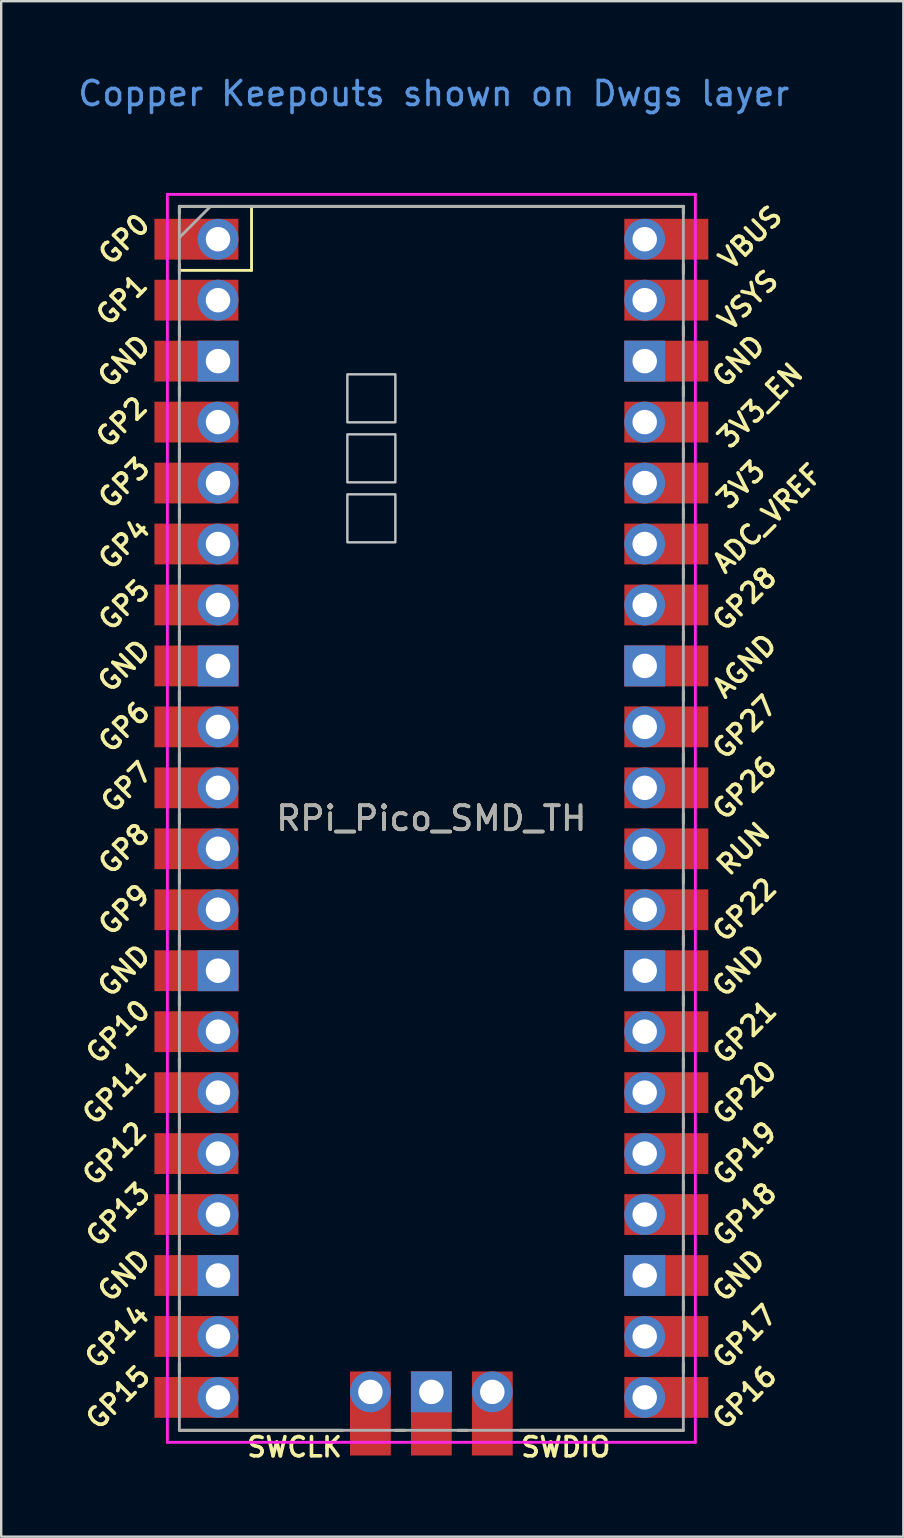
<source format=kicad_pcb>
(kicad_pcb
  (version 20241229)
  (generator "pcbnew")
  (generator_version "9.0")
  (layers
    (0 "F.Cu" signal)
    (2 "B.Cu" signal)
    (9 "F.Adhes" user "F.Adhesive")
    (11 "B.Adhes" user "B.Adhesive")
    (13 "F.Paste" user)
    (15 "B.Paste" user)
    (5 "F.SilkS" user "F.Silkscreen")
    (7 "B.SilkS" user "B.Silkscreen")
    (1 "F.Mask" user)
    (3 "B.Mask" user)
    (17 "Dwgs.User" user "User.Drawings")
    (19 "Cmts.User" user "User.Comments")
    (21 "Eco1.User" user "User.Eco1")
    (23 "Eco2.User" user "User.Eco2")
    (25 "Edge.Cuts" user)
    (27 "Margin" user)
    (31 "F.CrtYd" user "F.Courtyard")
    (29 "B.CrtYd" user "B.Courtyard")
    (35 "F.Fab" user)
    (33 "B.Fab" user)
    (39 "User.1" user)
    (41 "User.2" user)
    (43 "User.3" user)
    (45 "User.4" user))
  (footprint "RPi_Pico_SMD_TH"
    (layer "F.Cu")
    (at 14.924 31.048)
    (property "Reference" "RPi_Pico_SMD_TH" (at 0 0 0) (layer "F.SilkS") (effects (font (size 1 1) (thickness 0.15))))
    (attr through_hole)
    (fp_line (start -10.5 -25.5) (end -10.5 -25.2) (stroke (width 0.12) (type solid)) (layer "F.SilkS"))
    (fp_line (start -10.5 -25.5) (end 10.5 -25.5) (stroke (width 0.12) (type solid)) (layer "F.SilkS"))
    (fp_line (start -10.5 -23.1) (end -10.5 -22.7) (stroke (width 0.12) (type solid)) (layer "F.SilkS"))
    (fp_line (start -10.5 -22.833) (end -7.493 -22.833) (stroke (width 0.12) (type solid)) (layer "F.SilkS"))
    (fp_line (start -10.5 -20.5) (end -10.5 -20.1) (stroke (width 0.12) (type solid)) (layer "F.SilkS"))
    (fp_line (start -10.5 -18) (end -10.5 -17.6) (stroke (width 0.12) (type solid)) (layer "F.SilkS"))
    (fp_line (start -10.5 -15.4) (end -10.5 -15) (stroke (width 0.12) (type solid)) (layer "F.SilkS"))
    (fp_line (start -10.5 -12.9) (end -10.5 -12.5) (stroke (width 0.12) (type solid)) (layer "F.SilkS"))
    (fp_line (start -10.5 -10.4) (end -10.5 -10) (stroke (width 0.12) (type solid)) (layer "F.SilkS"))
    (fp_line (start -10.5 -7.8) (end -10.5 -7.4) (stroke (width 0.12) (type solid)) (layer "F.SilkS"))
    (fp_line (start -10.5 -5.3) (end -10.5 -4.9) (stroke (width 0.12) (type solid)) (layer "F.SilkS"))
    (fp_line (start -10.5 -2.7) (end -10.5 -2.3) (stroke (width 0.12) (type solid)) (layer "F.SilkS"))
    (fp_line (start -10.5 -0.2) (end -10.5 0.2) (stroke (width 0.12) (type solid)) (layer "F.SilkS"))
    (fp_line (start -10.5 2.3) (end -10.5 2.7) (stroke (width 0.12) (type solid)) (layer "F.SilkS"))
    (fp_line (start -10.5 4.9) (end -10.5 5.3) (stroke (width 0.12) (type solid)) (layer "F.SilkS"))
    (fp_line (start -10.5 7.4) (end -10.5 7.8) (stroke (width 0.12) (type solid)) (layer "F.SilkS"))
    (fp_line (start -10.5 10) (end -10.5 10.4) (stroke (width 0.12) (type solid)) (layer "F.SilkS"))
    (fp_line (start -10.5 12.5) (end -10.5 12.9) (stroke (width 0.12) (type solid)) (layer "F.SilkS"))
    (fp_line (start -10.5 15.1) (end -10.5 15.5) (stroke (width 0.12) (type solid)) (layer "F.SilkS"))
    (fp_line (start -10.5 17.6) (end -10.5 18) (stroke (width 0.12) (type solid)) (layer "F.SilkS"))
    (fp_line (start -10.5 20.1) (end -10.5 20.5) (stroke (width 0.12) (type solid)) (layer "F.SilkS"))
    (fp_line (start -10.5 22.7) (end -10.5 23.1) (stroke (width 0.12) (type solid)) (layer "F.SilkS"))
    (fp_line (start -7.493 -22.833) (end -7.493 -25.5) (stroke (width 0.12) (type solid)) (layer "F.SilkS"))
    (fp_line (start -3.7 25.5) (end -10.5 25.5) (stroke (width 0.12) (type solid)) (layer "F.SilkS"))
    (fp_line (start -1.5 25.5) (end -1.1 25.5) (stroke (width 0.12) (type solid)) (layer "F.SilkS"))
    (fp_line (start 1.1 25.5) (end 1.5 25.5) (stroke (width 0.12) (type solid)) (layer "F.SilkS"))
    (fp_line (start 10.5 -25.5) (end 10.5 -25.2) (stroke (width 0.12) (type solid)) (layer "F.SilkS"))
    (fp_line (start 10.5 -23.1) (end 10.5 -22.7) (stroke (width 0.12) (type solid)) (layer "F.SilkS"))
    (fp_line (start 10.5 -20.5) (end 10.5 -20.1) (stroke (width 0.12) (type solid)) (layer "F.SilkS"))
    (fp_line (start 10.5 -18) (end 10.5 -17.6) (stroke (width 0.12) (type solid)) (layer "F.SilkS"))
    (fp_line (start 10.5 -15.4) (end 10.5 -15) (stroke (width 0.12) (type solid)) (layer "F.SilkS"))
    (fp_line (start 10.5 -12.9) (end 10.5 -12.5) (stroke (width 0.12) (type solid)) (layer "F.SilkS"))
    (fp_line (start 10.5 -10.4) (end 10.5 -10) (stroke (width 0.12) (type solid)) (layer "F.SilkS"))
    (fp_line (start 10.5 -7.8) (end 10.5 -7.4) (stroke (width 0.12) (type solid)) (layer "F.SilkS"))
    (fp_line (start 10.5 -5.3) (end 10.5 -4.9) (stroke (width 0.12) (type solid)) (layer "F.SilkS"))
    (fp_line (start 10.5 -2.7) (end 10.5 -2.3) (stroke (width 0.12) (type solid)) (layer "F.SilkS"))
    (fp_line (start 10.5 -0.2) (end 10.5 0.2) (stroke (width 0.12) (type solid)) (layer "F.SilkS"))
    (fp_line (start 10.5 2.3) (end 10.5 2.7) (stroke (width 0.12) (type solid)) (layer "F.SilkS"))
    (fp_line (start 10.5 4.9) (end 10.5 5.3) (stroke (width 0.12) (type solid)) (layer "F.SilkS"))
    (fp_line (start 10.5 7.4) (end 10.5 7.8) (stroke (width 0.12) (type solid)) (layer "F.SilkS"))
    (fp_line (start 10.5 10) (end 10.5 10.4) (stroke (width 0.12) (type solid)) (layer "F.SilkS"))
    (fp_line (start 10.5 12.5) (end 10.5 12.9) (stroke (width 0.12) (type solid)) (layer "F.SilkS"))
    (fp_line (start 10.5 15.1) (end 10.5 15.5) (stroke (width 0.12) (type solid)) (layer "F.SilkS"))
    (fp_line (start 10.5 17.6) (end 10.5 18) (stroke (width 0.12) (type solid)) (layer "F.SilkS"))
    (fp_line (start 10.5 20.1) (end 10.5 20.5) (stroke (width 0.12) (type solid)) (layer "F.SilkS"))
    (fp_line (start 10.5 22.7) (end 10.5 23.1) (stroke (width 0.12) (type solid)) (layer "F.SilkS"))
    (fp_line (start 10.5 25.5) (end 3.7 25.5) (stroke (width 0.12) (type solid)) (layer "F.SilkS"))
    (fp_poly (pts (xy -1.5 -16.5) (xy -3.5 -16.5) (xy -3.5 -18.5) (xy -1.5 -18.5)) (stroke (width 0.1) (type solid)) (fill no) (layer "Dwgs.User"))
    (fp_poly (pts (xy -1.5 -14) (xy -3.5 -14) (xy -3.5 -16) (xy -1.5 -16)) (stroke (width 0.1) (type solid)) (fill no) (layer "Dwgs.User"))
    (fp_poly (pts (xy -1.5 -11.5) (xy -3.5 -11.5) (xy -3.5 -13.5) (xy -1.5 -13.5)) (stroke (width 0.1) (type solid)) (fill no) (layer "Dwgs.User"))
    (fp_line (start -11 -26) (end 11 -26) (stroke (width 0.12) (type solid)) (layer "F.CrtYd"))
    (fp_line (start -11 26) (end -11 -26) (stroke (width 0.12) (type solid)) (layer "F.CrtYd"))
    (fp_line (start 11 -26) (end 11 26) (stroke (width 0.12) (type solid)) (layer "F.CrtYd"))
    (fp_line (start 11 26) (end -11 26) (stroke (width 0.12) (type solid)) (layer "F.CrtYd"))
    (fp_line (start -10.5 -25.5) (end 10.5 -25.5) (stroke (width 0.12) (type solid)) (layer "F.Fab"))
    (fp_line (start -10.5 -24.2) (end -9.2 -25.5) (stroke (width 0.12) (type solid)) (layer "F.Fab"))
    (fp_line (start -10.5 25.5) (end -10.5 -25.5) (stroke (width 0.12) (type solid)) (layer "F.Fab"))
    (fp_line (start 10.5 -25.5) (end 10.5 25.5) (stroke (width 0.12) (type solid)) (layer "F.Fab"))
    (fp_line (start 10.5 25.5) (end -10.5 25.5) (stroke (width 0.12) (type solid)) (layer "F.Fab"))
    (fp_text user "GND" (at -12.8 -6.35 45) (layer "F.SilkS") (effects (font (size 0.8 0.8) (thickness 0.15))))
    (fp_text user "3V3_EN" (at 13.7 -17.2 45) (layer "F.SilkS") (effects (font (size 0.8 0.8) (thickness 0.15))))
    (fp_text user "GP9" (at -12.8 3.81 45) (layer "F.SilkS") (effects (font (size 0.8 0.8) (thickness 0.15))))
    (fp_text user "GP5" (at -12.8 -8.89 45) (layer "F.SilkS") (effects (font (size 0.8 0.8) (thickness 0.15))))
    (fp_text user "GP12" (at -13.2 13.97 45) (layer "F.SilkS") (effects (font (size 0.8 0.8) (thickness 0.15))))
    (fp_text user "GP8" (at -12.8 1.27 45) (layer "F.SilkS") (effects (font (size 0.8 0.8) (thickness 0.15))))
    (fp_text user "GP28" (at 13.054 -9.144 45) (layer "F.SilkS") (effects (font (size 0.8 0.8) (thickness 0.15))))
    (fp_text user "GP0" (at -12.8 -24.13 45) (layer "F.SilkS") (effects (font (size 0.8 0.8) (thickness 0.15))))
    (fp_text user "GP14" (at -13.1 21.59 45) (layer "F.SilkS") (effects (font (size 0.8 0.8) (thickness 0.15))))
    (fp_text user "GND" (at 12.8 6.35 45) (layer "F.SilkS") (effects (font (size 0.8 0.8) (thickness 0.15))))
    (fp_text user "GP27" (at 13.054 -3.8 45) (layer "F.SilkS") (effects (font (size 0.8 0.8) (thickness 0.15))))
    (fp_text user "GP4" (at -12.8 -11.43 45) (layer "F.SilkS") (effects (font (size 0.8 0.8) (thickness 0.15))))
    (fp_text user "GP10" (at -13.054 8.89 45) (layer "F.SilkS") (effects (font (size 0.8 0.8) (thickness 0.15))))
    (fp_text user "GND" (at -12.8 -19.05 45) (layer "F.SilkS") (effects (font (size 0.8 0.8) (thickness 0.15))))
    (fp_text user "GP3" (at -12.8 -13.97 45) (layer "F.SilkS") (effects (font (size 0.8 0.8) (thickness 0.15))))
    (fp_text user "GND" (at 12.8 -19.05 45) (layer "F.SilkS") (effects (font (size 0.8 0.8) (thickness 0.15))))
    (fp_text user "GP17" (at 13.054 21.59 45) (layer "F.SilkS") (effects (font (size 0.8 0.8) (thickness 0.15))))
    (fp_text user "GP1" (at -12.9 -21.6 45) (layer "F.SilkS") (effects (font (size 0.8 0.8) (thickness 0.15))))
    (fp_text user "SWDIO" (at 5.6 26.2 0) (layer "F.SilkS") (effects (font (size 0.8 0.8) (thickness 0.15))))
    (fp_text user "GP19" (at 13.054 13.97 45) (layer "F.SilkS") (effects (font (size 0.8 0.8) (thickness 0.15))))
    (fp_text user "RUN" (at 13 1.27 45) (layer "F.SilkS") (effects (font (size 0.8 0.8) (thickness 0.15))))
    (fp_text user "GP22" (at 13.054 3.81 45) (layer "F.SilkS") (effects (font (size 0.8 0.8) (thickness 0.15))))
    (fp_text user "AGND" (at 13.054 -6.35 45) (layer "F.SilkS") (effects (font (size 0.8 0.8) (thickness 0.15))))
    (fp_text user "GP11" (at -13.2 11.43 45) (layer "F.SilkS") (effects (font (size 0.8 0.8) (thickness 0.15))))
    (fp_text user "GND" (at -12.8 19.05 45) (layer "F.SilkS") (effects (font (size 0.8 0.8) (thickness 0.15))))
    (fp_text user "GP13" (at -13.054 16.51 45) (layer "F.SilkS") (effects (font (size 0.8 0.8) (thickness 0.15))))
    (fp_text user "VBUS" (at 13.3 -24.2 45) (layer "F.SilkS") (effects (font (size 0.8 0.8) (thickness 0.15))))
    (fp_text user "VSYS" (at 13.2 -21.59 45) (layer "F.SilkS") (effects (font (size 0.8 0.8) (thickness 0.15))))
    (fp_text user "GP2" (at -12.9 -16.51 45) (layer "F.SilkS") (effects (font (size 0.8 0.8) (thickness 0.15))))
    (fp_text user "GP7" (at -12.7 -1.3 45) (layer "F.SilkS") (effects (font (size 0.8 0.8) (thickness 0.15))))
    (fp_text user "3V3" (at 12.9 -13.9 45) (layer "F.SilkS") (effects (font (size 0.8 0.8) (thickness 0.15))))
    (fp_text user "GND" (at 12.8 19.05 45) (layer "F.SilkS") (effects (font (size 0.8 0.8) (thickness 0.15))))
    (fp_text user "GP26" (at 13.054 -1.27 45) (layer "F.SilkS") (effects (font (size 0.8 0.8) (thickness 0.15))))
    (fp_text user "GP15" (at -13.054 24.13 45) (layer "F.SilkS") (effects (font (size 0.8 0.8) (thickness 0.15))))
    (fp_text user "GP16" (at 13.054 24.13 45) (layer "F.SilkS") (effects (font (size 0.8 0.8) (thickness 0.15))))
    (fp_text user "GP6" (at -12.8 -3.81 45) (layer "F.SilkS") (effects (font (size 0.8 0.8) (thickness 0.15))))
    (fp_text user "SWCLK" (at -5.7 26.2 0) (layer "F.SilkS") (effects (font (size 0.8 0.8) (thickness 0.15))))
    (fp_text user "ADC_VREF" (at 14 -12.5 45) (layer "F.SilkS") (effects (font (size 0.8 0.8) (thickness 0.15))))
    (fp_text user "GND" (at -12.8 6.35 45) (layer "F.SilkS") (effects (font (size 0.8 0.8) (thickness 0.15))))
    (fp_text user "GP21" (at 13.054 8.9 45) (layer "F.SilkS") (effects (font (size 0.8 0.8) (thickness 0.15))))
    (fp_text user "GP20" (at 13.054 11.43 45) (layer "F.SilkS") (effects (font (size 0.8 0.8) (thickness 0.15))))
    (fp_text user "GP18" (at 13.054 16.51 45) (layer "F.SilkS") (effects (font (size 0.8 0.8) (thickness 0.15))))
    (fp_text user "Copper Keepouts shown on Dwgs layer" (at 0.1 -30.2 0) (layer "Cmts.User") (effects (font (size 1 1) (thickness 0.15))))
    (fp_text user "${REFERENCE}" (at 0 0 180) (layer "F.Fab") (effects (font (size 1 1) (thickness 0.15))))
    (pad "1" thru_hole oval (at -8.89 -24.13) (size 1.7 1.7) (drill 1.02) (layers "*.Cu" "*.Mask"))
    (pad "1" smd rect (at -8.89 -24.13) (size 3.5 1.7) (drill (offset -0.9 0)) (layers "F.Cu" "F.Mask"))
    (pad "2" thru_hole oval (at -8.89 -21.59) (size 1.7 1.7) (drill 1.02) (layers "*.Cu" "*.Mask"))
    (pad "2" smd rect (at -8.89 -21.59) (size 3.5 1.7) (drill (offset -0.9 0)) (layers "F.Cu" "F.Mask"))
    (pad "3" thru_hole rect (at -8.89 -19.05) (size 1.7 1.7) (drill 1.02) (layers "*.Cu" "*.Mask"))
    (pad "3" smd rect (at -8.89 -19.05) (size 3.5 1.7) (drill (offset -0.9 0)) (layers "F.Cu" "F.Mask"))
    (pad "4" thru_hole oval (at -8.89 -16.51) (size 1.7 1.7) (drill 1.02) (layers "*.Cu" "*.Mask"))
    (pad "4" smd rect (at -8.89 -16.51) (size 3.5 1.7) (drill (offset -0.9 0)) (layers "F.Cu" "F.Mask"))
    (pad "5" thru_hole oval (at -8.89 -13.97) (size 1.7 1.7) (drill 1.02) (layers "*.Cu" "*.Mask"))
    (pad "5" smd rect (at -8.89 -13.97) (size 3.5 1.7) (drill (offset -0.9 0)) (layers "F.Cu" "F.Mask"))
    (pad "6" thru_hole oval (at -8.89 -11.43) (size 1.7 1.7) (drill 1.02) (layers "*.Cu" "*.Mask"))
    (pad "6" smd rect (at -8.89 -11.43) (size 3.5 1.7) (drill (offset -0.9 0)) (layers "F.Cu" "F.Mask"))
    (pad "7" thru_hole oval (at -8.89 -8.89) (size 1.7 1.7) (drill 1.02) (layers "*.Cu" "*.Mask"))
    (pad "7" smd rect (at -8.89 -8.89) (size 3.5 1.7) (drill (offset -0.9 0)) (layers "F.Cu" "F.Mask"))
    (pad "8" thru_hole rect (at -8.89 -6.35) (size 1.7 1.7) (drill 1.02) (layers "*.Cu" "*.Mask"))
    (pad "8" smd rect (at -8.89 -6.35) (size 3.5 1.7) (drill (offset -0.9 0)) (layers "F.Cu" "F.Mask"))
    (pad "9" thru_hole oval (at -8.89 -3.81) (size 1.7 1.7) (drill 1.02) (layers "*.Cu" "*.Mask"))
    (pad "9" smd rect (at -8.89 -3.81) (size 3.5 1.7) (drill (offset -0.9 0)) (layers "F.Cu" "F.Mask"))
    (pad "10" thru_hole oval (at -8.89 -1.27) (size 1.7 1.7) (drill 1.02) (layers "*.Cu" "*.Mask"))
    (pad "10" smd rect (at -8.89 -1.27) (size 3.5 1.7) (drill (offset -0.9 0)) (layers "F.Cu" "F.Mask"))
    (pad "11" thru_hole oval (at -8.89 1.27) (size 1.7 1.7) (drill 1.02) (layers "*.Cu" "*.Mask"))
    (pad "11" smd rect (at -8.89 1.27) (size 3.5 1.7) (drill (offset -0.9 0)) (layers "F.Cu" "F.Mask"))
    (pad "12" thru_hole oval (at -8.89 3.81) (size 1.7 1.7) (drill 1.02) (layers "*.Cu" "*.Mask"))
    (pad "12" smd rect (at -8.89 3.81) (size 3.5 1.7) (drill (offset -0.9 0)) (layers "F.Cu" "F.Mask"))
    (pad "13" thru_hole rect (at -8.89 6.35) (size 1.7 1.7) (drill 1.02) (layers "*.Cu" "*.Mask"))
    (pad "13" smd rect (at -8.89 6.35) (size 3.5 1.7) (drill (offset -0.9 0)) (layers "F.Cu" "F.Mask"))
    (pad "14" thru_hole oval (at -8.89 8.89) (size 1.7 1.7) (drill 1.02) (layers "*.Cu" "*.Mask"))
    (pad "14" smd rect (at -8.89 8.89) (size 3.5 1.7) (drill (offset -0.9 0)) (layers "F.Cu" "F.Mask"))
    (pad "15" thru_hole oval (at -8.89 11.43) (size 1.7 1.7) (drill 1.02) (layers "*.Cu" "*.Mask"))
    (pad "15" smd rect (at -8.89 11.43) (size 3.5 1.7) (drill (offset -0.9 0)) (layers "F.Cu" "F.Mask"))
    (pad "16" thru_hole oval (at -8.89 13.97) (size 1.7 1.7) (drill 1.02) (layers "*.Cu" "*.Mask"))
    (pad "16" smd rect (at -8.89 13.97) (size 3.5 1.7) (drill (offset -0.9 0)) (layers "F.Cu" "F.Mask"))
    (pad "17" thru_hole oval (at -8.89 16.51) (size 1.7 1.7) (drill 1.02) (layers "*.Cu" "*.Mask"))
    (pad "17" smd rect (at -8.89 16.51) (size 3.5 1.7) (drill (offset -0.9 0)) (layers "F.Cu" "F.Mask"))
    (pad "18" thru_hole rect (at -8.89 19.05) (size 1.7 1.7) (drill 1.02) (layers "*.Cu" "*.Mask"))
    (pad "18" smd rect (at -8.89 19.05) (size 3.5 1.7) (drill (offset -0.9 0)) (layers "F.Cu" "F.Mask"))
    (pad "19" thru_hole oval (at -8.89 21.59) (size 1.7 1.7) (drill 1.02) (layers "*.Cu" "*.Mask"))
    (pad "19" smd rect (at -8.89 21.59) (size 3.5 1.7) (drill (offset -0.9 0)) (layers "F.Cu" "F.Mask"))
    (pad "20" thru_hole oval (at -8.89 24.13) (size 1.7 1.7) (drill 1.02) (layers "*.Cu" "*.Mask"))
    (pad "20" smd rect (at -8.89 24.13) (size 3.5 1.7) (drill (offset -0.9 0)) (layers "F.Cu" "F.Mask"))
    (pad "21" thru_hole oval (at 8.89 24.13) (size 1.7 1.7) (drill 1.02) (layers "*.Cu" "*.Mask"))
    (pad "21" smd rect (at 8.89 24.13) (size 3.5 1.7) (drill (offset 0.9 0)) (layers "F.Cu" "F.Mask"))
    (pad "22" thru_hole oval (at 8.89 21.59) (size 1.7 1.7) (drill 1.02) (layers "*.Cu" "*.Mask"))
    (pad "22" smd rect (at 8.89 21.59) (size 3.5 1.7) (drill (offset 0.9 0)) (layers "F.Cu" "F.Mask"))
    (pad "23" thru_hole rect (at 8.89 19.05) (size 1.7 1.7) (drill 1.02) (layers "*.Cu" "*.Mask"))
    (pad "23" smd rect (at 8.89 19.05) (size 3.5 1.7) (drill (offset 0.9 0)) (layers "F.Cu" "F.Mask"))
    (pad "24" thru_hole oval (at 8.89 16.51) (size 1.7 1.7) (drill 1.02) (layers "*.Cu" "*.Mask"))
    (pad "24" smd rect (at 8.89 16.51) (size 3.5 1.7) (drill (offset 0.9 0)) (layers "F.Cu" "F.Mask"))
    (pad "25" thru_hole oval (at 8.89 13.97) (size 1.7 1.7) (drill 1.02) (layers "*.Cu" "*.Mask"))
    (pad "25" smd rect (at 8.89 13.97) (size 3.5 1.7) (drill (offset 0.9 0)) (layers "F.Cu" "F.Mask"))
    (pad "26" thru_hole oval (at 8.89 11.43) (size 1.7 1.7) (drill 1.02) (layers "*.Cu" "*.Mask"))
    (pad "26" smd rect (at 8.89 11.43) (size 3.5 1.7) (drill (offset 0.9 0)) (layers "F.Cu" "F.Mask"))
    (pad "27" thru_hole oval (at 8.89 8.89) (size 1.7 1.7) (drill 1.02) (layers "*.Cu" "*.Mask"))
    (pad "27" smd rect (at 8.89 8.89) (size 3.5 1.7) (drill (offset 0.9 0)) (layers "F.Cu" "F.Mask"))
    (pad "28" thru_hole rect (at 8.89 6.35) (size 1.7 1.7) (drill 1.02) (layers "*.Cu" "*.Mask"))
    (pad "28" smd rect (at 8.89 6.35) (size 3.5 1.7) (drill (offset 0.9 0)) (layers "F.Cu" "F.Mask"))
    (pad "29" thru_hole oval (at 8.89 3.81) (size 1.7 1.7) (drill 1.02) (layers "*.Cu" "*.Mask"))
    (pad "29" smd rect (at 8.89 3.81) (size 3.5 1.7) (drill (offset 0.9 0)) (layers "F.Cu" "F.Mask"))
    (pad "30" thru_hole oval (at 8.89 1.27) (size 1.7 1.7) (drill 1.02) (layers "*.Cu" "*.Mask"))
    (pad "30" smd rect (at 8.89 1.27) (size 3.5 1.7) (drill (offset 0.9 0)) (layers "F.Cu" "F.Mask"))
    (pad "31" thru_hole oval (at 8.89 -1.27) (size 1.7 1.7) (drill 1.02) (layers "*.Cu" "*.Mask"))
    (pad "31" smd rect (at 8.89 -1.27) (size 3.5 1.7) (drill (offset 0.9 0)) (layers "F.Cu" "F.Mask"))
    (pad "32" thru_hole oval (at 8.89 -3.81) (size 1.7 1.7) (drill 1.02) (layers "*.Cu" "*.Mask"))
    (pad "32" smd rect (at 8.89 -3.81) (size 3.5 1.7) (drill (offset 0.9 0)) (layers "F.Cu" "F.Mask"))
    (pad "33" thru_hole rect (at 8.89 -6.35) (size 1.7 1.7) (drill 1.02) (layers "*.Cu" "*.Mask"))
    (pad "33" smd rect (at 8.89 -6.35) (size 3.5 1.7) (drill (offset 0.9 0)) (layers "F.Cu" "F.Mask"))
    (pad "34" thru_hole oval (at 8.89 -8.89) (size 1.7 1.7) (drill 1.02) (layers "*.Cu" "*.Mask"))
    (pad "34" smd rect (at 8.89 -8.89) (size 3.5 1.7) (drill (offset 0.9 0)) (layers "F.Cu" "F.Mask"))
    (pad "35" thru_hole oval (at 8.89 -11.43) (size 1.7 1.7) (drill 1.02) (layers "*.Cu" "*.Mask"))
    (pad "35" smd rect (at 8.89 -11.43) (size 3.5 1.7) (drill (offset 0.9 0)) (layers "F.Cu" "F.Mask"))
    (pad "36" thru_hole oval (at 8.89 -13.97) (size 1.7 1.7) (drill 1.02) (layers "*.Cu" "*.Mask"))
    (pad "36" smd rect (at 8.89 -13.97) (size 3.5 1.7) (drill (offset 0.9 0)) (layers "F.Cu" "F.Mask"))
    (pad "37" thru_hole oval (at 8.89 -16.51) (size 1.7 1.7) (drill 1.02) (layers "*.Cu" "*.Mask"))
    (pad "37" smd rect (at 8.89 -16.51) (size 3.5 1.7) (drill (offset 0.9 0)) (layers "F.Cu" "F.Mask"))
    (pad "38" thru_hole rect (at 8.89 -19.05) (size 1.7 1.7) (drill 1.02) (layers "*.Cu" "*.Mask"))
    (pad "38" smd rect (at 8.89 -19.05) (size 3.5 1.7) (drill (offset 0.9 0)) (layers "F.Cu" "F.Mask"))
    (pad "39" thru_hole oval (at 8.89 -21.59) (size 1.7 1.7) (drill 1.02) (layers "*.Cu" "*.Mask"))
    (pad "39" smd rect (at 8.89 -21.59) (size 3.5 1.7) (drill (offset 0.9 0)) (layers "F.Cu" "F.Mask"))
    (pad "40" thru_hole oval (at 8.89 -24.13) (size 1.7 1.7) (drill 1.02) (layers "*.Cu" "*.Mask"))
    (pad "40" smd rect (at 8.89 -24.13) (size 3.5 1.7) (drill (offset 0.9 0)) (layers "F.Cu" "F.Mask"))
    (pad "41" thru_hole oval (at -2.54 23.9) (size 1.7 1.7) (drill 1.02) (layers "*.Cu" "*.Mask"))
    (pad "41" smd rect (at -2.54 23.9 90) (size 3.5 1.7) (drill (offset -0.9 0)) (layers "F.Cu" "F.Mask"))
    (pad "42" thru_hole rect (at 0 23.9) (size 1.7 1.7) (drill 1.02) (layers "*.Cu" "*.Mask"))
    (pad "42" smd rect (at 0 23.9 90) (size 3.5 1.7) (drill (offset -0.9 0)) (layers "F.Cu" "F.Mask"))
    (pad "43" thru_hole oval (at 2.54 23.9) (size 1.7 1.7) (drill 1.02) (layers "*.Cu" "*.Mask"))
    (pad "43" smd rect (at 2.54 23.9 90) (size 3.5 1.7) (drill (offset -0.9 0)) (layers "F.Cu" "F.Mask")))
  (gr_rect
    (start -3 -3)
    (end 34.591 60.98)
    (stroke (width 0.1) (type default))
    (fill no)
    (layer "Edge.Cuts")))
</source>
